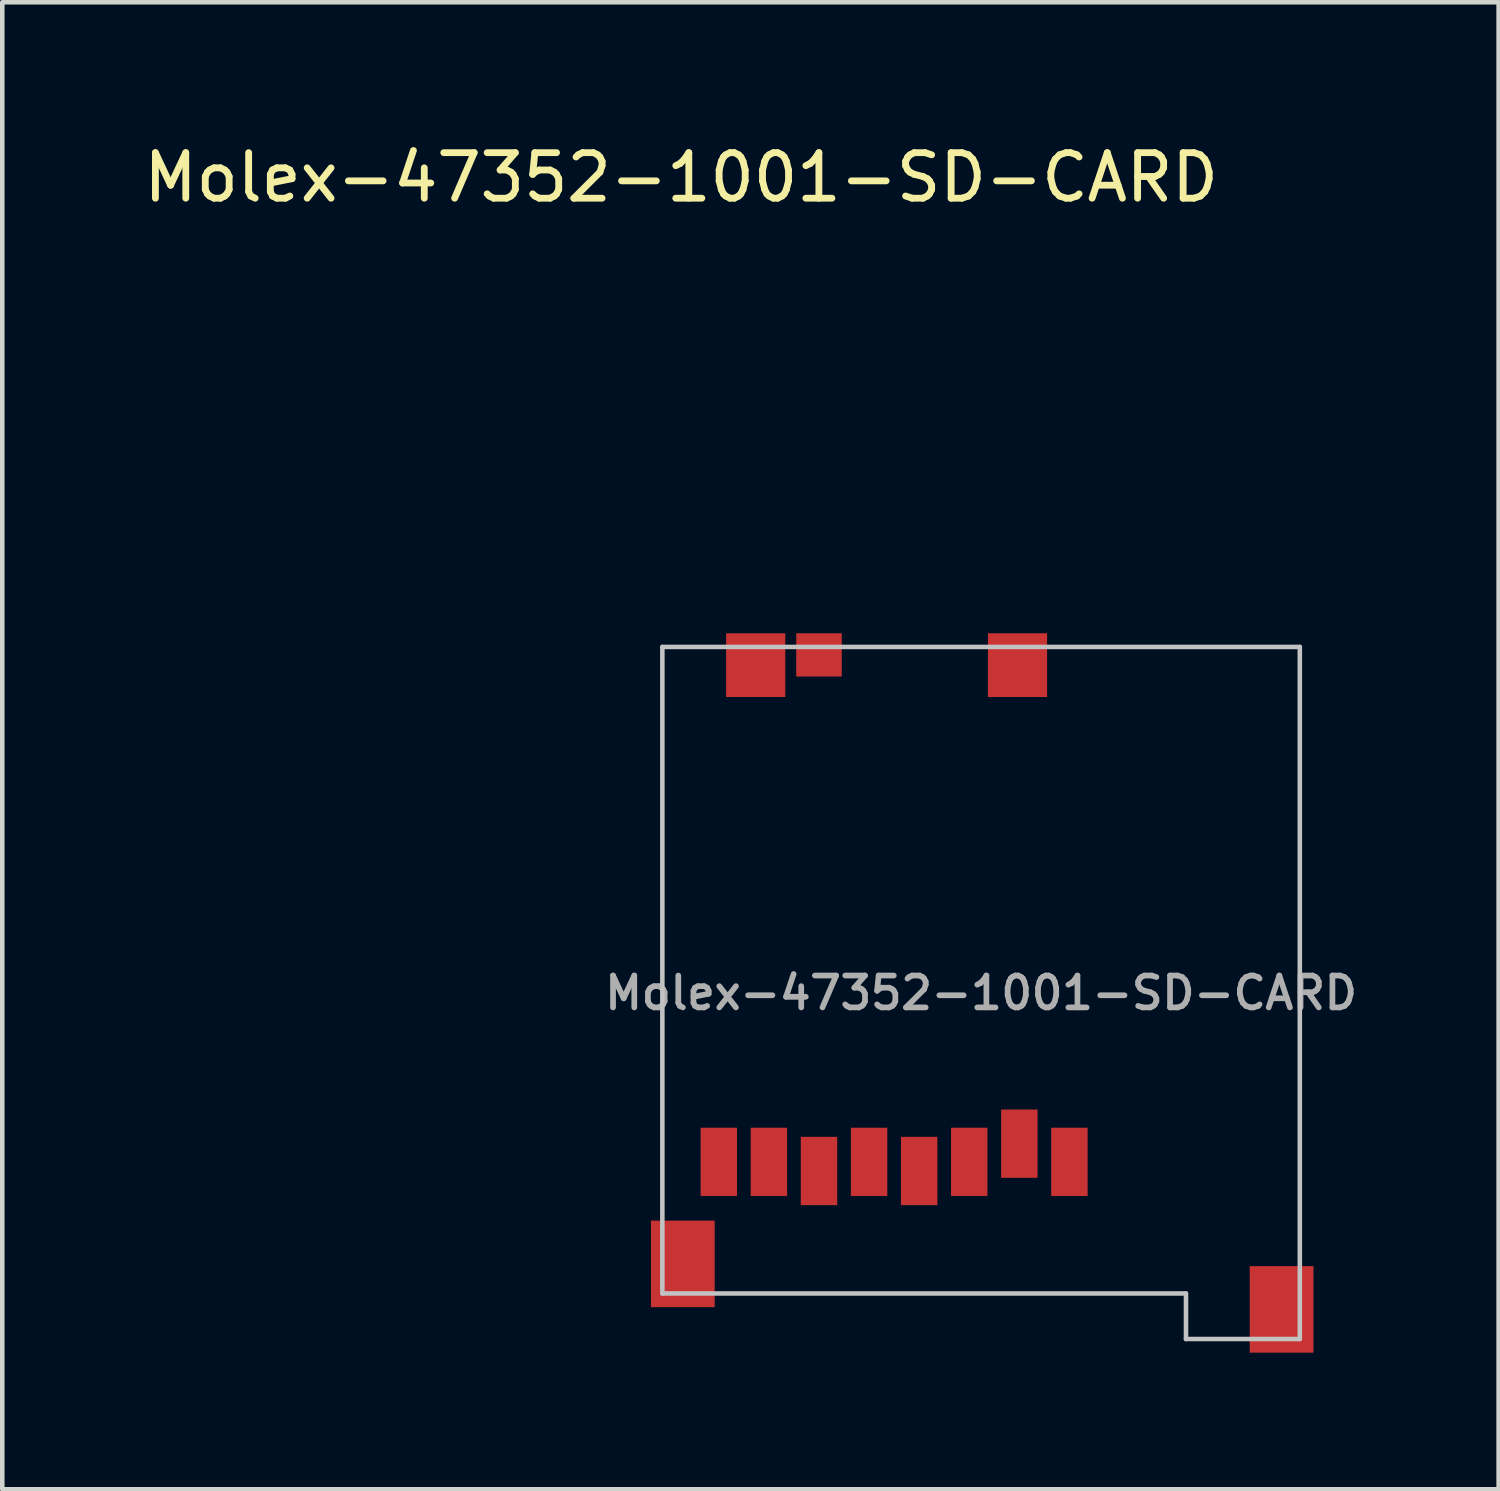
<source format=kicad_pcb>
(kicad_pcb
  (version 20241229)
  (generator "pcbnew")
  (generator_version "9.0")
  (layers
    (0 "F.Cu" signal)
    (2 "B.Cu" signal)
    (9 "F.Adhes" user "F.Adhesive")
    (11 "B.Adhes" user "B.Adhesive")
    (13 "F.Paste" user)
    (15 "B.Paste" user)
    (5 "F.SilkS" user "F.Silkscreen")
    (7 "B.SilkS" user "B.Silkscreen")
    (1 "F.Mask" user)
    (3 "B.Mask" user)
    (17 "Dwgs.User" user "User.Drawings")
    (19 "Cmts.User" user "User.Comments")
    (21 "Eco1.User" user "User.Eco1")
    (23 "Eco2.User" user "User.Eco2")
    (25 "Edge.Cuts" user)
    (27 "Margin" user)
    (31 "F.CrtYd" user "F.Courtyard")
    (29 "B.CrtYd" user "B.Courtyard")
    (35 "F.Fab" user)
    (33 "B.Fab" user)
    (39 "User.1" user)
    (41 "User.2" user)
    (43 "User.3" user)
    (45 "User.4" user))
  (footprint "Molex-47352-1001-SD-CARD"
    (layer "F.Cu")
    (at 18.497 18.758)
    (property "Reference" "Molex-47352-1001-SD-CARD" (at -6.586 -17.91 0) (layer "F.SilkS") (effects (font (size 1 1) (thickness 0.15))))
    (attr through_hole)
    (fp_line (start -7 -7.6) (end -7 6.6) (stroke (width 0.1) (type solid)) (layer "Dwgs.User"))
    (fp_line (start -7 -7.6) (end 7 -7.6) (stroke (width 0.1) (type solid)) (layer "Dwgs.User"))
    (fp_line (start 4.5 6.6) (end -7 6.6) (stroke (width 0.1) (type solid)) (layer "Dwgs.User"))
    (fp_line (start 4.5 7.6) (end 4.5 6.6) (stroke (width 0.1) (type solid)) (layer "Dwgs.User"))
    (fp_line (start 7 -7.6) (end 7 7.6) (stroke (width 0.1) (type solid)) (layer "Dwgs.User"))
    (fp_line (start 7 7.6) (end 4.5 7.6) (stroke (width 0.1) (type solid)) (layer "Dwgs.User"))
    (fp_text user "${REFERENCE}" (at 0 0 0) (layer "F.Fab") (effects (font (size 0.7 0.7) (thickness 0.125))))
    (pad "1" smd rect (at 1.94 3.71) (size 0.8 1.5) (layers "F.Cu" "F.Mask" "F.Paste"))
    (pad "2" smd rect (at 0.84 3.31) (size 0.8 1.5) (layers "F.Cu" "F.Mask" "F.Paste"))
    (pad "3" smd rect (at -0.26 3.71) (size 0.8 1.5) (layers "F.Cu" "F.Mask" "F.Paste"))
    (pad "4" smd rect (at -1.36 3.91) (size 0.8 1.5) (layers "F.Cu" "F.Mask" "F.Paste"))
    (pad "5" smd rect (at -2.46 3.71) (size 0.8 1.5) (layers "F.Cu" "F.Mask" "F.Paste"))
    (pad "6" smd rect (at -3.56 3.91) (size 0.8 1.5) (layers "F.Cu" "F.Mask" "F.Paste"))
    (pad "7" smd rect (at -4.66 3.71) (size 0.8 1.5) (layers "F.Cu" "F.Mask" "F.Paste"))
    (pad "8" smd rect (at -5.76 3.71) (size 0.8 1.5) (layers "F.Cu" "F.Mask" "F.Paste"))
    (pad "9" smd rect (at -3.56 -7.425) (size 1 0.95) (layers "F.Cu" "F.Mask" "F.Paste"))
    (pad "~" smd rect (at -6.55 5.95) (size 1.4 1.9) (layers "F.Cu" "F.Mask" "F.Paste"))
    (pad "~" smd rect (at -4.95 -7.2) (size 1.3 1.4) (layers "F.Cu" "F.Mask" "F.Paste"))
    (pad "~" smd rect (at 0.8 -7.2) (size 1.3 1.4) (layers "F.Cu" "F.Mask" "F.Paste"))
    (pad "~" smd rect (at 6.6 6.95) (size 1.4 1.9) (layers "F.Cu" "F.Mask" "F.Paste")))
  (gr_rect
    (start -3 -3)
    (end 29.864 29.658)
    (stroke (width 0.1) (type default))
    (fill no)
    (layer "Edge.Cuts")))
</source>
